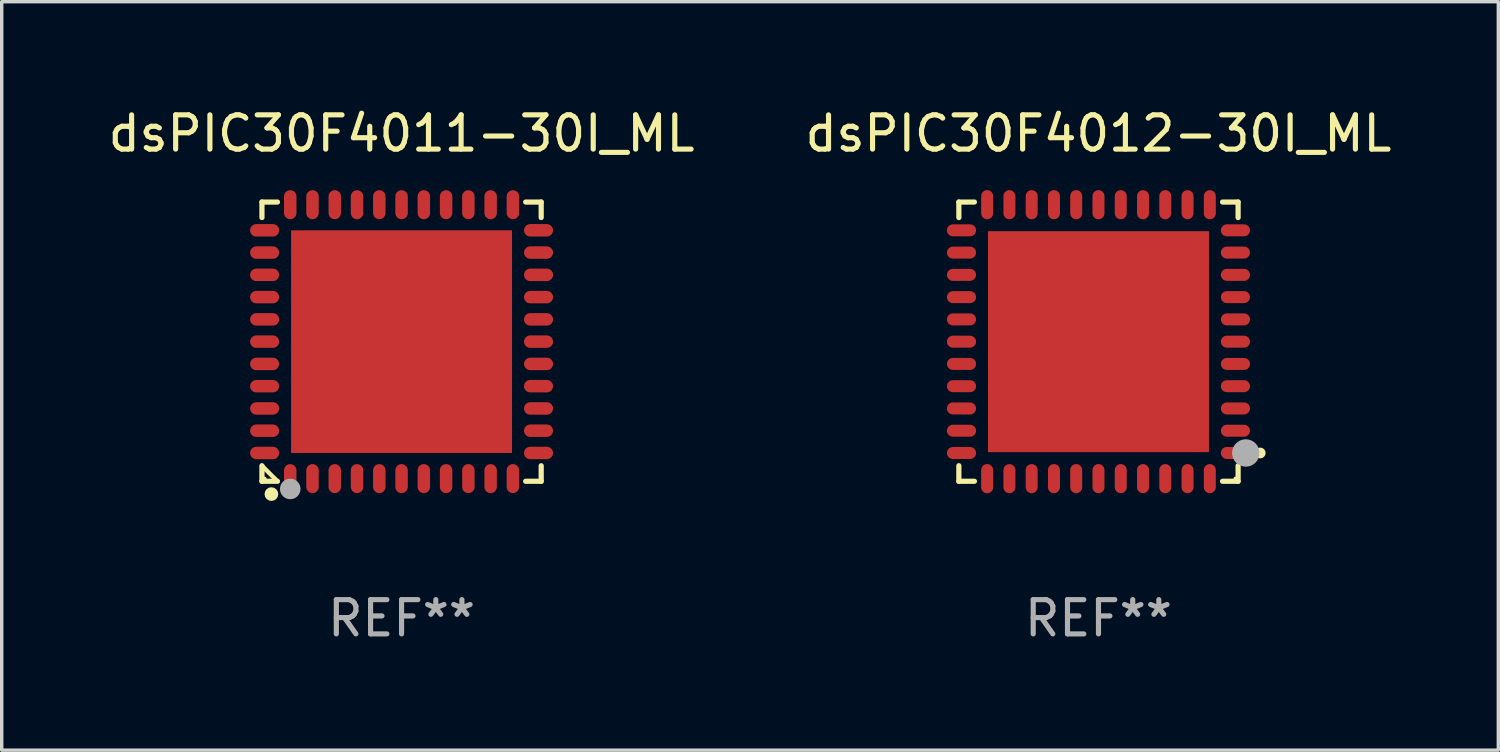
<source format=kicad_pcb>
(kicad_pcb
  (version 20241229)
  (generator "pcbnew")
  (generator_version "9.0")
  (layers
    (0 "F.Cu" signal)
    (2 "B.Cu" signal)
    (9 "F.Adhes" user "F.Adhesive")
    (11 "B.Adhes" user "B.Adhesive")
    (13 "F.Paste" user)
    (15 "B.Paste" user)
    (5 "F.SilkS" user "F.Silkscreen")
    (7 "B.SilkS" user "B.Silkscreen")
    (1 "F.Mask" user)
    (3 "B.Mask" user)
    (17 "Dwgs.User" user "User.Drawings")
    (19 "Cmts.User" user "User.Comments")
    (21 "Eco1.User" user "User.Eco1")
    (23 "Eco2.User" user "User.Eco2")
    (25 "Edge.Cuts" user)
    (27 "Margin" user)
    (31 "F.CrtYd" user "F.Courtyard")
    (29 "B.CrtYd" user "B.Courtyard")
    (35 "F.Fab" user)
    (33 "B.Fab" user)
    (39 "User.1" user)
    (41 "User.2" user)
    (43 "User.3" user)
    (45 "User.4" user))
  (footprint "dsPIC30F4011-30I_ML"
    (layer "F.Cu")
    (at 8.673 6.924)
    (property "Reference" "dsPIC30F4011-30I_ML" (at 0 -6.076 0) (layer "F.SilkS") (effects (font (size 1 1) (thickness 0.15))))
    (attr through_hole)
    (fp_line (start -4.076 -4.076) (end -3.623 -4.076) (stroke (width 0.152) (type solid)) (layer "F.SilkS"))
    (fp_line (start -4.076 -3.623) (end -4.076 -4.076) (stroke (width 0.152) (type solid)) (layer "F.SilkS"))
    (fp_line (start -4.076 3.623) (end -4.076 4.076) (stroke (width 0.152) (type solid)) (layer "F.SilkS"))
    (fp_line (start -4.076 4.076) (end -3.623 4.076) (stroke (width 0.152) (type solid)) (layer "F.SilkS"))
    (fp_line (start -3.623 4.076) (end -4.076 3.623) (stroke (width 0.127) (type solid)) (layer "F.SilkS"))
    (fp_line (start 4.076 -4.076) (end 3.623 -4.076) (stroke (width 0.152) (type solid)) (layer "F.SilkS"))
    (fp_line (start 4.076 -3.623) (end 4.076 -4.076) (stroke (width 0.152) (type solid)) (layer "F.SilkS"))
    (fp_line (start 4.076 3.623) (end 4.076 4.076) (stroke (width 0.152) (type solid)) (layer "F.SilkS"))
    (fp_line (start 4.076 4.076) (end 3.623 4.076) (stroke (width 0.152) (type solid)) (layer "F.SilkS"))
    (fp_circle (center -4 4) (end -3.97 4) (stroke (width 0.06) (type solid)) (fill no) (layer "F.SilkS"))
    (fp_circle (center -3.8 4.45) (end -3.7 4.45) (stroke (width 0.2) (type solid)) (fill no) (layer "F.SilkS"))
    (fp_circle (center -3.25 4.3) (end -3.1 4.3) (stroke (width 0.3) (type solid)) (fill no) (layer "F.Fab"))
    (fp_text user "REF**" (at 0 8.076 0) (layer "F.Fab") (effects (font (size 1 1) (thickness 0.15))))
    (pad "1" smd oval (at -3.25 3.998) (size 0.364 0.847) (layers "F.Cu" "F.Mask" "F.Paste"))
    (pad "2" smd oval (at -2.6 3.998) (size 0.364 0.847) (layers "F.Cu" "F.Mask" "F.Paste"))
    (pad "3" smd oval (at -1.95 3.998) (size 0.364 0.847) (layers "F.Cu" "F.Mask" "F.Paste"))
    (pad "4" smd oval (at -1.3 3.998) (size 0.364 0.847) (layers "F.Cu" "F.Mask" "F.Paste"))
    (pad "5" smd oval (at -0.65 3.998) (size 0.364 0.847) (layers "F.Cu" "F.Mask" "F.Paste"))
    (pad "6" smd oval (at 0 3.998) (size 0.364 0.847) (layers "F.Cu" "F.Mask" "F.Paste"))
    (pad "7" smd oval (at 0.65 3.998) (size 0.364 0.847) (layers "F.Cu" "F.Mask" "F.Paste"))
    (pad "8" smd oval (at 1.3 3.998) (size 0.364 0.847) (layers "F.Cu" "F.Mask" "F.Paste"))
    (pad "9" smd oval (at 1.95 3.998) (size 0.364 0.847) (layers "F.Cu" "F.Mask" "F.Paste"))
    (pad "10" smd oval (at 2.6 3.998) (size 0.364 0.847) (layers "F.Cu" "F.Mask" "F.Paste"))
    (pad "11" smd oval (at 3.25 3.998) (size 0.364 0.847) (layers "F.Cu" "F.Mask" "F.Paste"))
    (pad "12" smd oval (at 3.998 3.25) (size 0.847 0.364) (layers "F.Cu" "F.Mask" "F.Paste"))
    (pad "13" smd oval (at 3.998 2.6) (size 0.847 0.364) (layers "F.Cu" "F.Mask" "F.Paste"))
    (pad "14" smd oval (at 3.998 1.95) (size 0.847 0.364) (layers "F.Cu" "F.Mask" "F.Paste"))
    (pad "15" smd oval (at 3.998 1.3) (size 0.847 0.364) (layers "F.Cu" "F.Mask" "F.Paste"))
    (pad "16" smd oval (at 3.998 0.65) (size 0.847 0.364) (layers "F.Cu" "F.Mask" "F.Paste"))
    (pad "17" smd oval (at 3.998 0) (size 0.847 0.364) (layers "F.Cu" "F.Mask" "F.Paste"))
    (pad "18" smd oval (at 3.998 -0.65) (size 0.847 0.364) (layers "F.Cu" "F.Mask" "F.Paste"))
    (pad "19" smd oval (at 3.998 -1.3) (size 0.847 0.364) (layers "F.Cu" "F.Mask" "F.Paste"))
    (pad "20" smd oval (at 3.998 -1.95) (size 0.847 0.364) (layers "F.Cu" "F.Mask" "F.Paste"))
    (pad "21" smd oval (at 3.998 -2.6) (size 0.847 0.364) (layers "F.Cu" "F.Mask" "F.Paste"))
    (pad "22" smd oval (at 3.998 -3.25) (size 0.847 0.364) (layers "F.Cu" "F.Mask" "F.Paste"))
    (pad "23" smd oval (at 3.25 -3.998) (size 0.364 0.847) (layers "F.Cu" "F.Mask" "F.Paste"))
    (pad "24" smd oval (at 2.6 -3.998) (size 0.364 0.847) (layers "F.Cu" "F.Mask" "F.Paste"))
    (pad "25" smd oval (at 1.95 -3.998) (size 0.364 0.847) (layers "F.Cu" "F.Mask" "F.Paste"))
    (pad "26" smd oval (at 1.3 -3.998) (size 0.364 0.847) (layers "F.Cu" "F.Mask" "F.Paste"))
    (pad "27" smd oval (at 0.65 -3.998) (size 0.364 0.847) (layers "F.Cu" "F.Mask" "F.Paste"))
    (pad "28" smd oval (at 0 -3.998) (size 0.364 0.847) (layers "F.Cu" "F.Mask" "F.Paste"))
    (pad "29" smd oval (at -0.65 -3.998) (size 0.364 0.847) (layers "F.Cu" "F.Mask" "F.Paste"))
    (pad "30" smd oval (at -1.3 -3.998) (size 0.364 0.847) (layers "F.Cu" "F.Mask" "F.Paste"))
    (pad "31" smd oval (at -1.95 -3.998) (size 0.364 0.847) (layers "F.Cu" "F.Mask" "F.Paste"))
    (pad "32" smd oval (at -2.6 -3.998) (size 0.364 0.847) (layers "F.Cu" "F.Mask" "F.Paste"))
    (pad "33" smd oval (at -3.25 -3.998) (size 0.364 0.847) (layers "F.Cu" "F.Mask" "F.Paste"))
    (pad "34" smd oval (at -3.998 -3.25) (size 0.847 0.364) (layers "F.Cu" "F.Mask" "F.Paste"))
    (pad "35" smd oval (at -3.998 -2.6) (size 0.847 0.364) (layers "F.Cu" "F.Mask" "F.Paste"))
    (pad "36" smd oval (at -3.998 -1.95) (size 0.847 0.364) (layers "F.Cu" "F.Mask" "F.Paste"))
    (pad "37" smd oval (at -3.998 -1.3) (size 0.847 0.364) (layers "F.Cu" "F.Mask" "F.Paste"))
    (pad "38" smd oval (at -3.998 -0.65) (size 0.847 0.364) (layers "F.Cu" "F.Mask" "F.Paste"))
    (pad "39" smd oval (at -3.998 0) (size 0.847 0.364) (layers "F.Cu" "F.Mask" "F.Paste"))
    (pad "40" smd oval (at -3.998 0.65) (size 0.847 0.364) (layers "F.Cu" "F.Mask" "F.Paste"))
    (pad "41" smd oval (at -3.998 1.3) (size 0.847 0.364) (layers "F.Cu" "F.Mask" "F.Paste"))
    (pad "42" smd oval (at -3.998 1.95) (size 0.847 0.364) (layers "F.Cu" "F.Mask" "F.Paste"))
    (pad "43" smd oval (at -3.998 2.6) (size 0.847 0.364) (layers "F.Cu" "F.Mask" "F.Paste"))
    (pad "44" smd oval (at -3.998 3.25) (size 0.847 0.364) (layers "F.Cu" "F.Mask" "F.Paste"))
    (pad "45" smd rect (at 0 0) (size 6.45 6.5) (layers "F.Cu" "F.Mask" "F.Paste")))
  (footprint "dsPIC30F4012-30I_ML"
    (layer "F.Cu")
    (at 29.018 6.924)
    (property "Reference" "dsPIC30F4012-30I_ML" (at 0 -6.076 0) (layer "F.SilkS") (effects (font (size 1 1) (thickness 0.15))))
    (attr through_hole)
    (fp_line (start -4.076 -4.076) (end -4.076 -3.622) (stroke (width 0.152) (type solid)) (layer "F.SilkS"))
    (fp_line (start -4.076 4.076) (end -4.076 3.622) (stroke (width 0.152) (type solid)) (layer "F.SilkS"))
    (fp_line (start -3.622 -4.076) (end -4.076 -4.076) (stroke (width 0.152) (type solid)) (layer "F.SilkS"))
    (fp_line (start -3.622 4.076) (end -4.076 4.076) (stroke (width 0.152) (type solid)) (layer "F.SilkS"))
    (fp_line (start 3.622 -4.076) (end 4.076 -4.076) (stroke (width 0.152) (type solid)) (layer "F.SilkS"))
    (fp_line (start 3.622 4.076) (end 4.076 4.076) (stroke (width 0.152) (type solid)) (layer "F.SilkS"))
    (fp_line (start 4.076 -4.076) (end 4.076 -3.622) (stroke (width 0.152) (type solid)) (layer "F.SilkS"))
    (fp_line (start 4.076 4.076) (end 4.076 3.622) (stroke (width 0.152) (type solid)) (layer "F.SilkS"))
    (fp_circle (center 4 4) (end 4.03 4) (stroke (width 0.06) (type solid)) (fill no) (layer "F.SilkS"))
    (fp_circle (center 4.722 3.25) (end 4.801 3.25) (stroke (width 0.158) (type solid)) (fill no) (layer "F.SilkS"))
    (fp_circle (center 4.3 3.25) (end 4.5 3.25) (stroke (width 0.4) (type solid)) (fill no) (layer "F.Fab"))
    (fp_text user "REF**" (at 0 8.076 0) (layer "F.Fab") (effects (font (size 1 1) (thickness 0.15))))
    (pad "1" smd oval (at 3.998 3.25) (size 0.85 0.35) (layers "F.Cu" "F.Mask" "F.Paste"))
    (pad "2" smd oval (at 3.998 2.6) (size 0.85 0.35) (layers "F.Cu" "F.Mask" "F.Paste"))
    (pad "3" smd oval (at 3.998 1.95) (size 0.85 0.35) (layers "F.Cu" "F.Mask" "F.Paste"))
    (pad "4" smd oval (at 3.998 1.3) (size 0.85 0.35) (layers "F.Cu" "F.Mask" "F.Paste"))
    (pad "5" smd oval (at 3.998 0.65) (size 0.85 0.35) (layers "F.Cu" "F.Mask" "F.Paste"))
    (pad "6" smd oval (at 3.998 0.000051) (size 0.85 0.35) (layers "F.Cu" "F.Mask" "F.Paste"))
    (pad "7" smd oval (at 3.998 -0.65) (size 0.85 0.35) (layers "F.Cu" "F.Mask" "F.Paste"))
    (pad "8" smd oval (at 3.998 -1.3) (size 0.85 0.35) (layers "F.Cu" "F.Mask" "F.Paste"))
    (pad "9" smd oval (at 3.998 -1.95) (size 0.85 0.35) (layers "F.Cu" "F.Mask" "F.Paste"))
    (pad "10" smd oval (at 3.998 -2.6) (size 0.85 0.35) (layers "F.Cu" "F.Mask" "F.Paste"))
    (pad "11" smd oval (at 3.998 -3.25) (size 0.85 0.35) (layers "F.Cu" "F.Mask" "F.Paste"))
    (pad "12" smd oval (at 3.25 -3.998) (size 0.35 0.85) (layers "F.Cu" "F.Mask" "F.Paste"))
    (pad "13" smd oval (at 2.6 -3.998) (size 0.35 0.85) (layers "F.Cu" "F.Mask" "F.Paste"))
    (pad "14" smd oval (at 1.95 -3.998) (size 0.35 0.85) (layers "F.Cu" "F.Mask" "F.Paste"))
    (pad "15" smd oval (at 1.3 -3.998) (size 0.35 0.85) (layers "F.Cu" "F.Mask" "F.Paste"))
    (pad "16" smd oval (at 0.65 -3.998) (size 0.35 0.85) (layers "F.Cu" "F.Mask" "F.Paste"))
    (pad "17" smd oval (at -0.000127 -3.998) (size 0.35 0.85) (layers "F.Cu" "F.Mask" "F.Paste"))
    (pad "18" smd oval (at -0.65 -3.998) (size 0.35 0.85) (layers "F.Cu" "F.Mask" "F.Paste"))
    (pad "19" smd oval (at -1.3 -3.998) (size 0.35 0.85) (layers "F.Cu" "F.Mask" "F.Paste"))
    (pad "20" smd oval (at -1.95 -3.998) (size 0.35 0.85) (layers "F.Cu" "F.Mask" "F.Paste"))
    (pad "21" smd oval (at -2.6 -3.998) (size 0.35 0.85) (layers "F.Cu" "F.Mask" "F.Paste"))
    (pad "22" smd oval (at -3.25 -3.998) (size 0.35 0.85) (layers "F.Cu" "F.Mask" "F.Paste"))
    (pad "23" smd oval (at -3.999 -3.25) (size 0.85 0.35) (layers "F.Cu" "F.Mask" "F.Paste"))
    (pad "24" smd oval (at -3.999 -2.6) (size 0.85 0.35) (layers "F.Cu" "F.Mask" "F.Paste"))
    (pad "25" smd oval (at -3.999 -1.95) (size 0.85 0.35) (layers "F.Cu" "F.Mask" "F.Paste"))
    (pad "26" smd oval (at -3.999 -1.3) (size 0.85 0.35) (layers "F.Cu" "F.Mask" "F.Paste"))
    (pad "27" smd oval (at -3.999 -0.65) (size 0.85 0.35) (layers "F.Cu" "F.Mask" "F.Paste"))
    (pad "28" smd oval (at -3.999 0.000051) (size 0.85 0.35) (layers "F.Cu" "F.Mask" "F.Paste"))
    (pad "29" smd oval (at -3.999 0.65) (size 0.85 0.35) (layers "F.Cu" "F.Mask" "F.Paste"))
    (pad "30" smd oval (at -3.999 1.3) (size 0.85 0.35) (layers "F.Cu" "F.Mask" "F.Paste"))
    (pad "31" smd oval (at -3.999 1.95) (size 0.85 0.35) (layers "F.Cu" "F.Mask" "F.Paste"))
    (pad "32" smd oval (at -3.999 2.6) (size 0.85 0.35) (layers "F.Cu" "F.Mask" "F.Paste"))
    (pad "33" smd oval (at -3.999 3.25) (size 0.85 0.35) (layers "F.Cu" "F.Mask" "F.Paste"))
    (pad "34" smd oval (at -3.25 3.999) (size 0.35 0.85) (layers "F.Cu" "F.Mask" "F.Paste"))
    (pad "35" smd oval (at -2.6 3.999) (size 0.35 0.85) (layers "F.Cu" "F.Mask" "F.Paste"))
    (pad "36" smd oval (at -1.95 3.999) (size 0.35 0.85) (layers "F.Cu" "F.Mask" "F.Paste"))
    (pad "37" smd oval (at -1.3 3.999) (size 0.35 0.85) (layers "F.Cu" "F.Mask" "F.Paste"))
    (pad "38" smd oval (at -0.65 3.999) (size 0.35 0.85) (layers "F.Cu" "F.Mask" "F.Paste"))
    (pad "39" smd oval (at -0.000127 3.999) (size 0.35 0.85) (layers "F.Cu" "F.Mask" "F.Paste"))
    (pad "40" smd oval (at 0.65 3.999) (size 0.35 0.85) (layers "F.Cu" "F.Mask" "F.Paste"))
    (pad "41" smd oval (at 1.3 3.999) (size 0.35 0.85) (layers "F.Cu" "F.Mask" "F.Paste"))
    (pad "42" smd oval (at 1.95 3.999) (size 0.35 0.85) (layers "F.Cu" "F.Mask" "F.Paste"))
    (pad "43" smd oval (at 2.6 3.999) (size 0.35 0.85) (layers "F.Cu" "F.Mask" "F.Paste"))
    (pad "44" smd oval (at 3.25 3.999) (size 0.35 0.85) (layers "F.Cu" "F.Mask" "F.Paste"))
    (pad "45" smd rect (at -0.000127 0.000051) (size 6.45 6.45) (layers "F.Cu" "F.Mask" "F.Paste")))
  (gr_rect
    (start -3 -3)
    (end 40.69 18.849)
    (stroke (width 0.1) (type default))
    (fill no)
    (layer "Edge.Cuts")))
</source>
